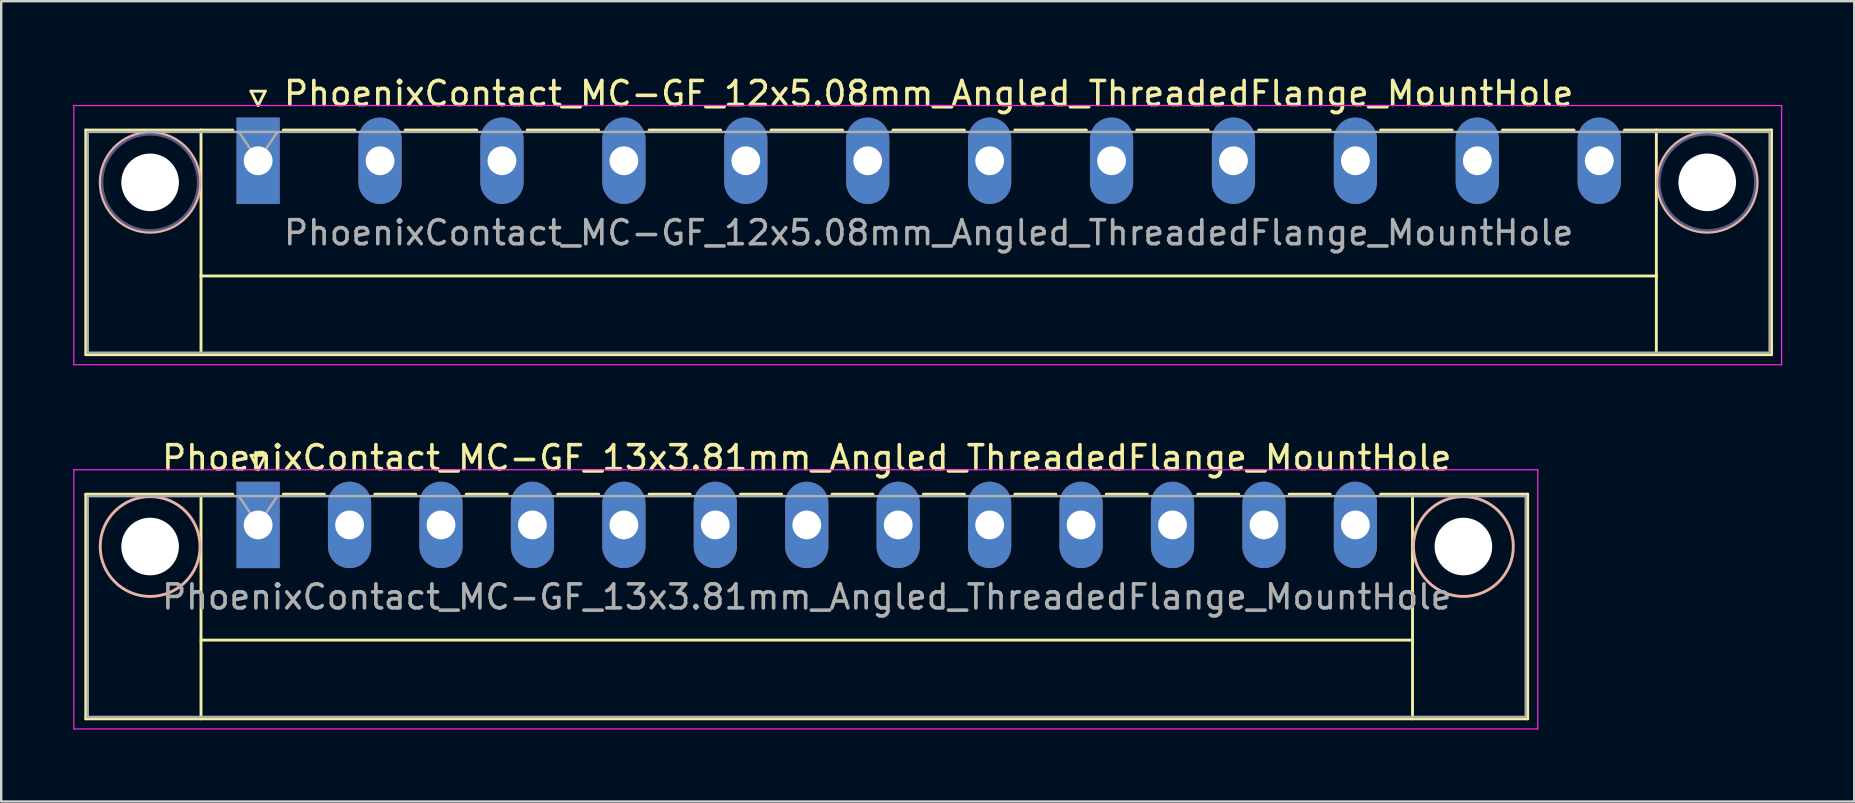
<source format=kicad_pcb>
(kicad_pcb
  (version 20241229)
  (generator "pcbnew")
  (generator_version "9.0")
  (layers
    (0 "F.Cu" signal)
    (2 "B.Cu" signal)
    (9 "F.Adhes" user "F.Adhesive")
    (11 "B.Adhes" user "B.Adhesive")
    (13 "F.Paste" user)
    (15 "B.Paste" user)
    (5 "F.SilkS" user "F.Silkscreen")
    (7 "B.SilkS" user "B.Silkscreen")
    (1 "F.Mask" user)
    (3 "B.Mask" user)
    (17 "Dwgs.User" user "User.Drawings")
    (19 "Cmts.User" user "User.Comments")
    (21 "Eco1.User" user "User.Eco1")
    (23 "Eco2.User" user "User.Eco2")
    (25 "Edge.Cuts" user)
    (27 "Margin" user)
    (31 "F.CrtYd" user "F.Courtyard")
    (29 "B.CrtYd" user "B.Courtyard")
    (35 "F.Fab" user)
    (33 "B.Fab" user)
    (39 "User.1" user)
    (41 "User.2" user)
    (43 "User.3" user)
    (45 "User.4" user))
  (footprint "PhoenixContact_MC-GF_13x3.81mm_Angled_ThreadedFlange_MountHole"
    (layer "F.Cu")
    (at 7.705 18.822)
    (property "Reference" "PhoenixContact_MC-GF_13x3.81mm_Angled_ThreadedFlange_MountHole" (at 22.86 -2.8 0) (layer "F.SilkS") (effects (font (size 1 1) (thickness 0.15))))
    (attr through_hole)
    (fp_line (start -7.18 -1.28) (end -7.18 8.08) (stroke (width 0.12) (type solid)) (layer "F.SilkS"))
    (fp_line (start -7.18 -1.28) (end -1.05 -1.28) (stroke (width 0.12) (type solid)) (layer "F.SilkS"))
    (fp_line (start -7.18 8.08) (end 52.9 8.08) (stroke (width 0.12) (type solid)) (layer "F.SilkS"))
    (fp_line (start -2.38 -1.28) (end -2.38 8.08) (stroke (width 0.12) (type solid)) (layer "F.SilkS"))
    (fp_line (start -2.38 4.8) (end 48.1 4.8) (stroke (width 0.12) (type solid)) (layer "F.SilkS"))
    (fp_line (start -0.3 -2.9) (end 0.3 -2.9) (stroke (width 0.12) (type solid)) (layer "F.SilkS"))
    (fp_line (start 0 -2.3) (end -0.3 -2.9) (stroke (width 0.12) (type solid)) (layer "F.SilkS"))
    (fp_line (start 0.3 -2.9) (end 0 -2.3) (stroke (width 0.12) (type solid)) (layer "F.SilkS"))
    (fp_line (start 1.05 -1.28) (end 2.76 -1.28) (stroke (width 0.12) (type solid)) (layer "F.SilkS"))
    (fp_line (start 4.86 -1.28) (end 6.57 -1.28) (stroke (width 0.12) (type solid)) (layer "F.SilkS"))
    (fp_line (start 8.67 -1.28) (end 10.38 -1.28) (stroke (width 0.12) (type solid)) (layer "F.SilkS"))
    (fp_line (start 12.48 -1.28) (end 14.19 -1.28) (stroke (width 0.12) (type solid)) (layer "F.SilkS"))
    (fp_line (start 16.29 -1.28) (end 18 -1.28) (stroke (width 0.12) (type solid)) (layer "F.SilkS"))
    (fp_line (start 20.1 -1.28) (end 21.81 -1.28) (stroke (width 0.12) (type solid)) (layer "F.SilkS"))
    (fp_line (start 23.91 -1.28) (end 25.62 -1.28) (stroke (width 0.12) (type solid)) (layer "F.SilkS"))
    (fp_line (start 27.72 -1.28) (end 29.43 -1.28) (stroke (width 0.12) (type solid)) (layer "F.SilkS"))
    (fp_line (start 31.53 -1.28) (end 33.24 -1.28) (stroke (width 0.12) (type solid)) (layer "F.SilkS"))
    (fp_line (start 35.34 -1.28) (end 37.05 -1.28) (stroke (width 0.12) (type solid)) (layer "F.SilkS"))
    (fp_line (start 39.15 -1.28) (end 40.86 -1.28) (stroke (width 0.12) (type solid)) (layer "F.SilkS"))
    (fp_line (start 42.96 -1.28) (end 44.67 -1.28) (stroke (width 0.12) (type solid)) (layer "F.SilkS"))
    (fp_line (start 48.1 -1.28) (end 48.1 8.08) (stroke (width 0.12) (type solid)) (layer "F.SilkS"))
    (fp_line (start 52.9 -1.28) (end 46.77 -1.28) (stroke (width 0.12) (type solid)) (layer "F.SilkS"))
    (fp_line (start 52.9 8.08) (end 52.9 -1.28) (stroke (width 0.12) (type solid)) (layer "F.SilkS"))
    (fp_circle (center -4.5 0.9) (end -2.42 0.9) (stroke (width 0.12) (type solid)) (fill no) (layer "B.SilkS"))
    (fp_circle (center 50.22 0.9) (end 52.3 0.9) (stroke (width 0.12) (type solid)) (fill no) (layer "B.SilkS"))
    (fp_line (start -7.68 -2.3) (end -7.68 8.5) (stroke (width 0.05) (type solid)) (layer "F.CrtYd"))
    (fp_line (start -7.68 8.5) (end 53.32 8.5) (stroke (width 0.05) (type solid)) (layer "F.CrtYd"))
    (fp_line (start 53.32 -2.3) (end -7.68 -2.3) (stroke (width 0.05) (type solid)) (layer "F.CrtYd"))
    (fp_line (start 53.32 8.5) (end 53.32 -2.3) (stroke (width 0.05) (type solid)) (layer "F.CrtYd"))
    (fp_line (start -7.1 -1.2) (end -7.1 8) (stroke (width 0.1) (type solid)) (layer "F.Fab"))
    (fp_line (start -7.1 8) (end 52.82 8) (stroke (width 0.1) (type solid)) (layer "F.Fab"))
    (fp_line (start 0 0) (end -0.8 -1.2) (stroke (width 0.1) (type solid)) (layer "F.Fab"))
    (fp_line (start 0.8 -1.2) (end 0 0) (stroke (width 0.1) (type solid)) (layer "F.Fab"))
    (fp_line (start 52.82 -1.2) (end -7.1 -1.2) (stroke (width 0.1) (type solid)) (layer "F.Fab"))
    (fp_line (start 52.82 8) (end 52.82 -1.2) (stroke (width 0.1) (type solid)) (layer "F.Fab"))
    (fp_text user "${REFERENCE}" (at 22.86 3 0) (layer "F.Fab") (effects (font (size 1 1) (thickness 0.15))))
    (pad "" np_thru_hole circle (at -4.5 0.9) (size 2.4 2.4) (drill 2.4) (layers "*.Cu" "*.Mask"))
    (pad "" np_thru_hole circle (at 50.22 0.9) (size 2.4 2.4) (drill 2.4) (layers "*.Cu" "*.Mask"))
    (pad "1" thru_hole rect (at 0 0) (size 1.8 3.6) (drill 1.2) (layers "*.Cu" "*.Mask"))
    (pad "2" thru_hole oval (at 3.81 0) (size 1.8 3.6) (drill 1.2) (layers "*.Cu" "*.Mask"))
    (pad "3" thru_hole oval (at 7.62 0) (size 1.8 3.6) (drill 1.2) (layers "*.Cu" "*.Mask"))
    (pad "4" thru_hole oval (at 11.43 0) (size 1.8 3.6) (drill 1.2) (layers "*.Cu" "*.Mask"))
    (pad "5" thru_hole oval (at 15.24 0) (size 1.8 3.6) (drill 1.2) (layers "*.Cu" "*.Mask"))
    (pad "6" thru_hole oval (at 19.05 0) (size 1.8 3.6) (drill 1.2) (layers "*.Cu" "*.Mask"))
    (pad "7" thru_hole oval (at 22.86 0) (size 1.8 3.6) (drill 1.2) (layers "*.Cu" "*.Mask"))
    (pad "8" thru_hole oval (at 26.67 0) (size 1.8 3.6) (drill 1.2) (layers "*.Cu" "*.Mask"))
    (pad "9" thru_hole oval (at 30.48 0) (size 1.8 3.6) (drill 1.2) (layers "*.Cu" "*.Mask"))
    (pad "10" thru_hole oval (at 34.29 0) (size 1.8 3.6) (drill 1.2) (layers "*.Cu" "*.Mask"))
    (pad "11" thru_hole oval (at 38.1 0) (size 1.8 3.6) (drill 1.2) (layers "*.Cu" "*.Mask"))
    (pad "12" thru_hole oval (at 41.91 0) (size 1.8 3.6) (drill 1.2) (layers "*.Cu" "*.Mask"))
    (pad "13" thru_hole oval (at 45.72 0) (size 1.8 3.6) (drill 1.2) (layers "*.Cu" "*.Mask")))
  (footprint "PhoenixContact_MC-GF_12x5.08mm_Angled_ThreadedFlange_MountHole"
    (layer "F.Cu")
    (at 7.705 3.648)
    (property "Reference" "PhoenixContact_MC-GF_12x5.08mm_Angled_ThreadedFlange_MountHole" (at 27.94 -2.8 0) (layer "F.SilkS") (effects (font (size 1 1) (thickness 0.15))))
    (attr through_hole)
    (fp_line (start -7.18 -1.28) (end -7.18 8.08) (stroke (width 0.12) (type solid)) (layer "F.SilkS"))
    (fp_line (start -7.18 -1.28) (end -1.05 -1.28) (stroke (width 0.12) (type solid)) (layer "F.SilkS"))
    (fp_line (start -7.18 8.08) (end 63.06 8.08) (stroke (width 0.12) (type solid)) (layer "F.SilkS"))
    (fp_line (start -2.38 -1.28) (end -2.38 8.08) (stroke (width 0.12) (type solid)) (layer "F.SilkS"))
    (fp_line (start -2.38 4.8) (end 58.26 4.8) (stroke (width 0.12) (type solid)) (layer "F.SilkS"))
    (fp_line (start -0.3 -2.9) (end 0.3 -2.9) (stroke (width 0.12) (type solid)) (layer "F.SilkS"))
    (fp_line (start 0 -2.3) (end -0.3 -2.9) (stroke (width 0.12) (type solid)) (layer "F.SilkS"))
    (fp_line (start 0.3 -2.9) (end 0 -2.3) (stroke (width 0.12) (type solid)) (layer "F.SilkS"))
    (fp_line (start 1.05 -1.28) (end 4.03 -1.28) (stroke (width 0.12) (type solid)) (layer "F.SilkS"))
    (fp_line (start 6.13 -1.28) (end 9.11 -1.28) (stroke (width 0.12) (type solid)) (layer "F.SilkS"))
    (fp_line (start 11.21 -1.28) (end 14.19 -1.28) (stroke (width 0.12) (type solid)) (layer "F.SilkS"))
    (fp_line (start 16.29 -1.28) (end 19.27 -1.28) (stroke (width 0.12) (type solid)) (layer "F.SilkS"))
    (fp_line (start 21.37 -1.28) (end 24.35 -1.28) (stroke (width 0.12) (type solid)) (layer "F.SilkS"))
    (fp_line (start 26.45 -1.28) (end 29.43 -1.28) (stroke (width 0.12) (type solid)) (layer "F.SilkS"))
    (fp_line (start 31.53 -1.28) (end 34.51 -1.28) (stroke (width 0.12) (type solid)) (layer "F.SilkS"))
    (fp_line (start 36.61 -1.28) (end 39.59 -1.28) (stroke (width 0.12) (type solid)) (layer "F.SilkS"))
    (fp_line (start 41.69 -1.28) (end 44.67 -1.28) (stroke (width 0.12) (type solid)) (layer "F.SilkS"))
    (fp_line (start 46.77 -1.28) (end 49.75 -1.28) (stroke (width 0.12) (type solid)) (layer "F.SilkS"))
    (fp_line (start 51.85 -1.28) (end 54.83 -1.28) (stroke (width 0.12) (type solid)) (layer "F.SilkS"))
    (fp_line (start 58.26 -1.28) (end 58.26 8.08) (stroke (width 0.12) (type solid)) (layer "F.SilkS"))
    (fp_line (start 63.06 -1.28) (end 56.93 -1.28) (stroke (width 0.12) (type solid)) (layer "F.SilkS"))
    (fp_line (start 63.06 8.08) (end 63.06 -1.28) (stroke (width 0.12) (type solid)) (layer "F.SilkS"))
    (fp_circle (center -4.5 0.9) (end -2.42 0.9) (stroke (width 0.12) (type solid)) (fill no) (layer "B.SilkS"))
    (fp_circle (center 60.38 0.9) (end 62.46 0.9) (stroke (width 0.12) (type solid)) (fill no) (layer "B.SilkS"))
    (fp_line (start -7.68 -2.3) (end -7.68 8.5) (stroke (width 0.05) (type solid)) (layer "F.CrtYd"))
    (fp_line (start -7.68 8.5) (end 63.48 8.5) (stroke (width 0.05) (type solid)) (layer "F.CrtYd"))
    (fp_line (start 63.48 -2.3) (end -7.68 -2.3) (stroke (width 0.05) (type solid)) (layer "F.CrtYd"))
    (fp_line (start 63.48 8.5) (end 63.48 -2.3) (stroke (width 0.05) (type solid)) (layer "F.CrtYd"))
    (fp_circle (center -4.5 0.9) (end -2.5 0.9) (stroke (width 0.1) (type solid)) (fill no) (layer "B.Fab"))
    (fp_circle (center 60.38 0.9) (end 62.38 0.9) (stroke (width 0.1) (type solid)) (fill no) (layer "B.Fab"))
    (fp_line (start -7.1 -1.2) (end -7.1 8) (stroke (width 0.1) (type solid)) (layer "F.Fab"))
    (fp_line (start -7.1 8) (end 62.98 8) (stroke (width 0.1) (type solid)) (layer "F.Fab"))
    (fp_line (start 0 0) (end -0.8 -1.2) (stroke (width 0.1) (type solid)) (layer "F.Fab"))
    (fp_line (start 0.8 -1.2) (end 0 0) (stroke (width 0.1) (type solid)) (layer "F.Fab"))
    (fp_line (start 62.98 -1.2) (end -7.1 -1.2) (stroke (width 0.1) (type solid)) (layer "F.Fab"))
    (fp_line (start 62.98 8) (end 62.98 -1.2) (stroke (width 0.1) (type solid)) (layer "F.Fab"))
    (fp_text user "${REFERENCE}" (at 27.94 3 0) (layer "F.Fab") (effects (font (size 1 1) (thickness 0.15))))
    (pad "" np_thru_hole circle (at -4.5 0.9) (size 2.4 2.4) (drill 2.4) (layers "*.Cu" "*.Mask"))
    (pad "" np_thru_hole circle (at 60.38 0.9) (size 2.4 2.4) (drill 2.4) (layers "*.Cu" "*.Mask"))
    (pad "1" thru_hole rect (at 0 0) (size 1.8 3.6) (drill 1.2) (layers "*.Cu" "*.Mask"))
    (pad "2" thru_hole oval (at 5.08 0) (size 1.8 3.6) (drill 1.2) (layers "*.Cu" "*.Mask"))
    (pad "3" thru_hole oval (at 10.16 0) (size 1.8 3.6) (drill 1.2) (layers "*.Cu" "*.Mask"))
    (pad "4" thru_hole oval (at 15.24 0) (size 1.8 3.6) (drill 1.2) (layers "*.Cu" "*.Mask"))
    (pad "5" thru_hole oval (at 20.32 0) (size 1.8 3.6) (drill 1.2) (layers "*.Cu" "*.Mask"))
    (pad "6" thru_hole oval (at 25.4 0) (size 1.8 3.6) (drill 1.2) (layers "*.Cu" "*.Mask"))
    (pad "7" thru_hole oval (at 30.48 0) (size 1.8 3.6) (drill 1.2) (layers "*.Cu" "*.Mask"))
    (pad "8" thru_hole oval (at 35.56 0) (size 1.8 3.6) (drill 1.2) (layers "*.Cu" "*.Mask"))
    (pad "9" thru_hole oval (at 40.64 0) (size 1.8 3.6) (drill 1.2) (layers "*.Cu" "*.Mask"))
    (pad "10" thru_hole oval (at 45.72 0) (size 1.8 3.6) (drill 1.2) (layers "*.Cu" "*.Mask"))
    (pad "11" thru_hole oval (at 50.8 0) (size 1.8 3.6) (drill 1.2) (layers "*.Cu" "*.Mask"))
    (pad "12" thru_hole oval (at 55.88 0) (size 1.8 3.6) (drill 1.2) (layers "*.Cu" "*.Mask")))
  (gr_rect
    (start -3 -3)
    (end 74.21 30.346)
    (stroke (width 0.1) (type default))
    (fill no)
    (layer "Edge.Cuts")))
</source>
